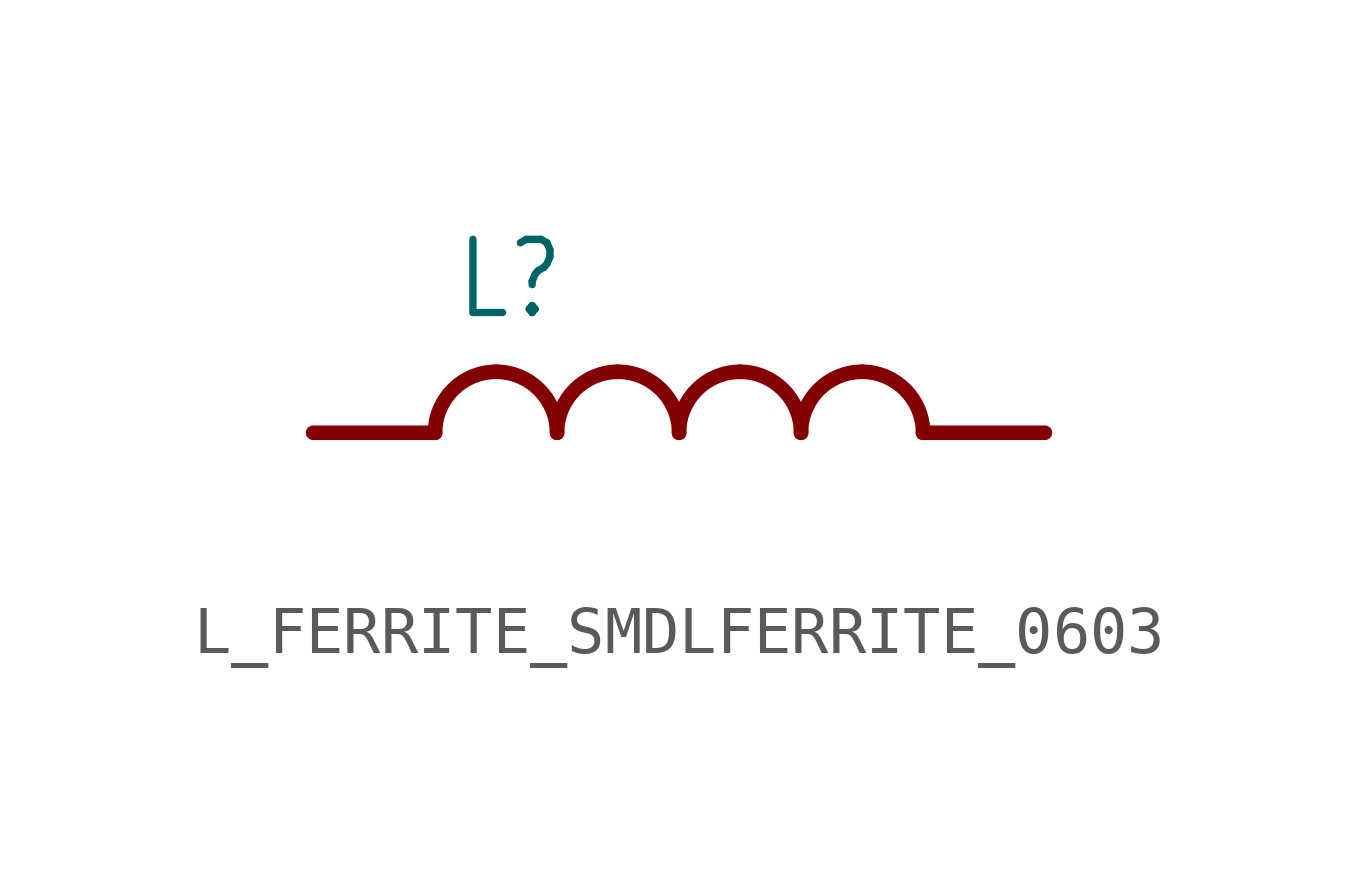
<source format=kicad_sym>
(kicad_symbol_lib
  (version 20231120)
  (generator "kicad_symbol_editor")
  (generator_version "8.0")
  (symbol "L_FERRITE_SMDLFERRITE_0603"
    (property "Reference" "L"
      (at -4.7 2.31 0)
      (effects (font (size 1.524 1.295)) (justify left bottom)))
    (property "Value" ""
      (at -5.08 -2.54 0)
      (effects (font (size 1.524 1.295)) (justify left bottom)))
    (property "ki_locked" ""
      (at 0 0 0)
      (effects (font (size 1.27 1.27))))
    (symbol "L_FERRITE_SMDLFERRITE_0603_1_0"
      (arc (start -3.81 1.27) (mid -4.708 0.898) (end -5.08 0) (stroke (width 0.3048) (type solid)) (fill (type none)))
      (arc (start -2.54 0) (mid -2.912 0.898) (end -3.81 1.27) (stroke (width 0.3048) (type solid)) (fill (type none)))
      (arc (start -1.27 1.27) (mid -2.168 0.898) (end -2.54 0) (stroke (width 0.3048) (type solid)) (fill (type none)))
      (arc (start 0 0) (mid -0.372 0.898) (end -1.27 1.27) (stroke (width 0.3048) (type solid)) (fill (type none)))
      (polyline (pts (xy -5.08 0) (xy -7.62 0)) (stroke (width 0.305) (type solid)) (fill (type none)))
      (polyline (pts (xy 5.08 0) (xy 7.62 0)) (stroke (width 0.305) (type solid)) (fill (type none)))
      (arc (start 1.27 1.27) (mid 0.372 0.898) (end 0 0) (stroke (width 0.3048) (type solid)) (fill (type none)))
      (arc (start 2.54 0) (mid 2.168 0.898) (end 1.27 1.27) (stroke (width 0.3048) (type solid)) (fill (type none)))
      (arc (start 3.81 1.27) (mid 2.912 0.898) (end 2.54 0) (stroke (width 0.3048) (type solid)) (fill (type none)))
      (arc (start 5.08 0) (mid 4.708 0.898) (end 3.81 1.27) (stroke (width 0.3048) (type solid)) (fill (type none)))
      (pin passive line (at -7.62 0 0) (length 2.54) (name "1" (effects (font (size 0 0)))) (number "P$1" (effects (font (size 0 0)))))
      (pin passive line (at 7.62 0 180) (length 2.54) (name "2" (effects (font (size 0 0)))) (number "P$2" (effects (font (size 0 0))))))))
</source>
